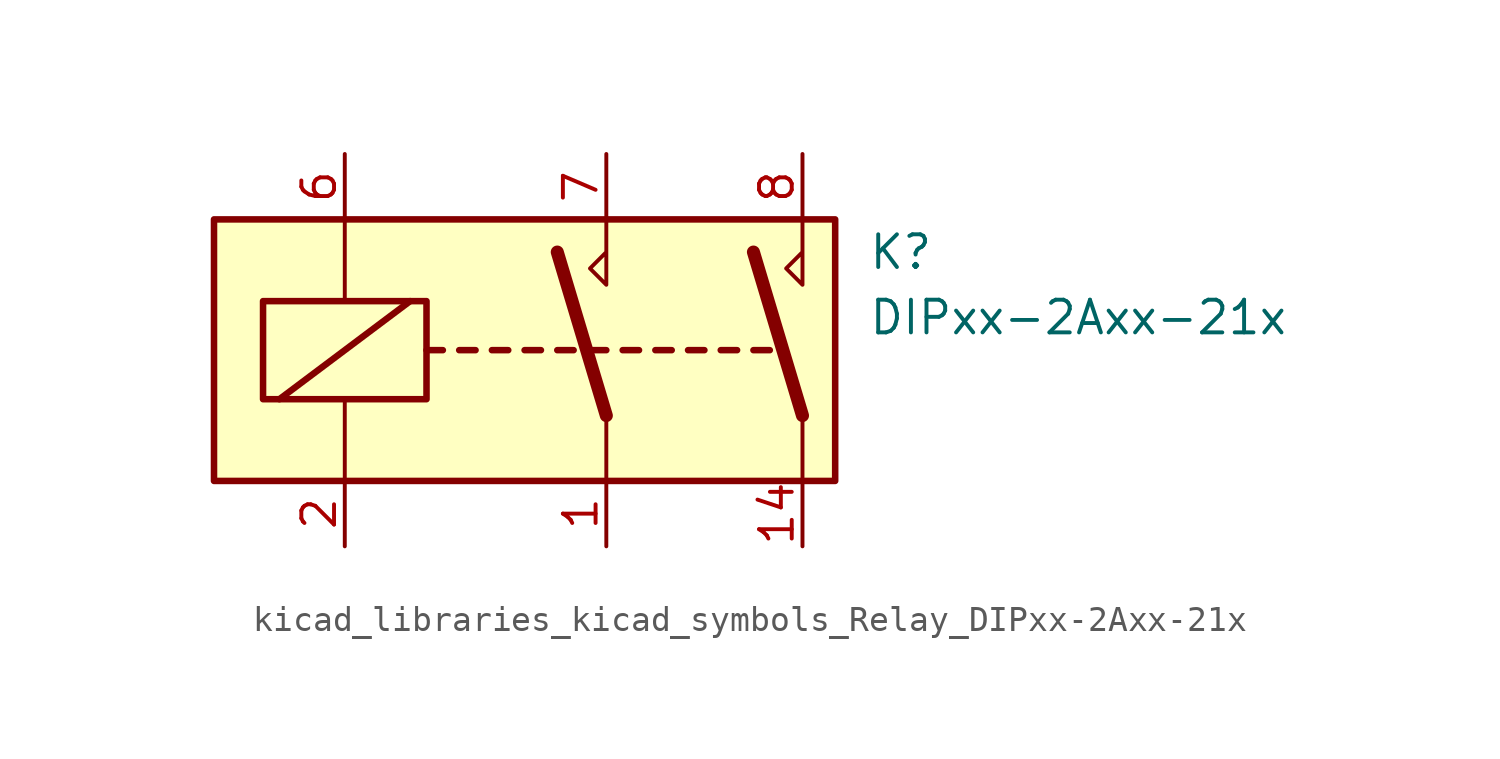
<source format=kicad_sym>
(kicad_symbol_lib
  (version 20220914)
  (generator kicad_symbol_editor)
  (symbol "kicad_libraries_kicad_symbols_Relay_DIPxx-2Axx-21x"
    (property "Reference" "K"
      (at 12.7 3.81 0)
      (effects (font (size 1.27 1.27)) (justify left)))
    (property "Value" "DIPxx-2Axx-21x"
      (at 12.7 1.27 0)
      (effects (font (size 1.27 1.27)) (justify left)))
    (symbol "kicad_libraries_kicad_symbols_Relay_DIPxx-2Axx-21x_0_0"
      (polyline (pts (xy 2.54 5.08) (xy 2.54 2.54) (xy 1.905 3.175) (xy 2.54 3.81)) (stroke (width 0) (type default)) (fill (type none)))
      (polyline (pts (xy 10.16 5.08) (xy 10.16 2.54) (xy 9.525 3.175) (xy 10.16 3.81)) (stroke (width 0) (type default)) (fill (type none))))
    (symbol "kicad_libraries_kicad_symbols_Relay_DIPxx-2Axx-21x_0_1"
      (rectangle (start -12.7 5.08) (end 11.43 -5.08) (stroke (width 0.254) (type default)) (fill (type background)))
      (rectangle (start -10.795 1.905) (end -4.445 -1.905) (stroke (width 0.254) (type default)) (fill (type none)))
      (polyline (pts (xy -10.16 -1.905) (xy -5.08 1.905)) (stroke (width 0.254) (type default)) (fill (type none)))
      (polyline (pts (xy -7.62 -5.08) (xy -7.62 -1.905)) (stroke (width 0) (type default)) (fill (type none)))
      (polyline (pts (xy -7.62 5.08) (xy -7.62 1.905)) (stroke (width 0) (type default)) (fill (type none)))
      (polyline (pts (xy -4.445 0) (xy -3.81 0)) (stroke (width 0.254) (type default)) (fill (type none)))
      (polyline (pts (xy -3.175 0) (xy -2.54 0)) (stroke (width 0.254) (type default)) (fill (type none)))
      (polyline (pts (xy -1.905 0) (xy -1.27 0)) (stroke (width 0.254) (type default)) (fill (type none)))
      (polyline (pts (xy -0.635 0) (xy 0 0)) (stroke (width 0.254) (type default)) (fill (type none)))
      (polyline (pts (xy 0.635 0) (xy 1.27 0)) (stroke (width 0.254) (type default)) (fill (type none)))
      (polyline (pts (xy 1.905 0) (xy 2.54 0)) (stroke (width 0.254) (type default)) (fill (type none)))
      (polyline (pts (xy 2.54 -2.54) (xy 0.635 3.81)) (stroke (width 0.508) (type default)) (fill (type none)))
      (polyline (pts (xy 2.54 -2.54) (xy 2.54 -5.08)) (stroke (width 0) (type default)) (fill (type none)))
      (polyline (pts (xy 3.175 0) (xy 3.81 0)) (stroke (width 0.254) (type default)) (fill (type none)))
      (polyline (pts (xy 4.445 0) (xy 5.08 0)) (stroke (width 0.254) (type default)) (fill (type none)))
      (polyline (pts (xy 5.715 0) (xy 6.35 0)) (stroke (width 0.254) (type default)) (fill (type none)))
      (polyline (pts (xy 6.985 0) (xy 7.62 0)) (stroke (width 0.254) (type default)) (fill (type none)))
      (polyline (pts (xy 8.255 0) (xy 8.89 0)) (stroke (width 0.254) (type default)) (fill (type none)))
      (polyline (pts (xy 10.16 -2.54) (xy 8.255 3.81)) (stroke (width 0.508) (type default)) (fill (type none)))
      (polyline (pts (xy 10.16 -2.54) (xy 10.16 -5.08)) (stroke (width 0) (type default)) (fill (type none))))
    (symbol "kicad_libraries_kicad_symbols_Relay_DIPxx-2Axx-21x_1_1"
      (pin passive line (at 2.54 -7.62 90) (length 2.54) (name "~" (effects (font (size 1.27 1.27)))) (number "1" (effects (font (size 1.27 1.27)))))
      (pin passive line (at 10.16 -7.62 90) (length 2.54) (name "~" (effects (font (size 1.27 1.27)))) (number "14" (effects (font (size 1.27 1.27)))))
      (pin passive line (at -7.62 -7.62 90) (length 2.54) (name "~" (effects (font (size 1.27 1.27)))) (number "2" (effects (font (size 1.27 1.27)))))
      (pin passive line (at -7.62 7.62 270) (length 2.54) (name "~" (effects (font (size 1.27 1.27)))) (number "6" (effects (font (size 1.27 1.27)))))
      (pin passive line (at 2.54 7.62 270) (length 2.54) (name "~" (effects (font (size 1.27 1.27)))) (number "7" (effects (font (size 1.27 1.27)))))
      (pin passive line (at 10.16 7.62 270) (length 2.54) (name "~" (effects (font (size 1.27 1.27)))) (number "8" (effects (font (size 1.27 1.27))))))))
</source>
